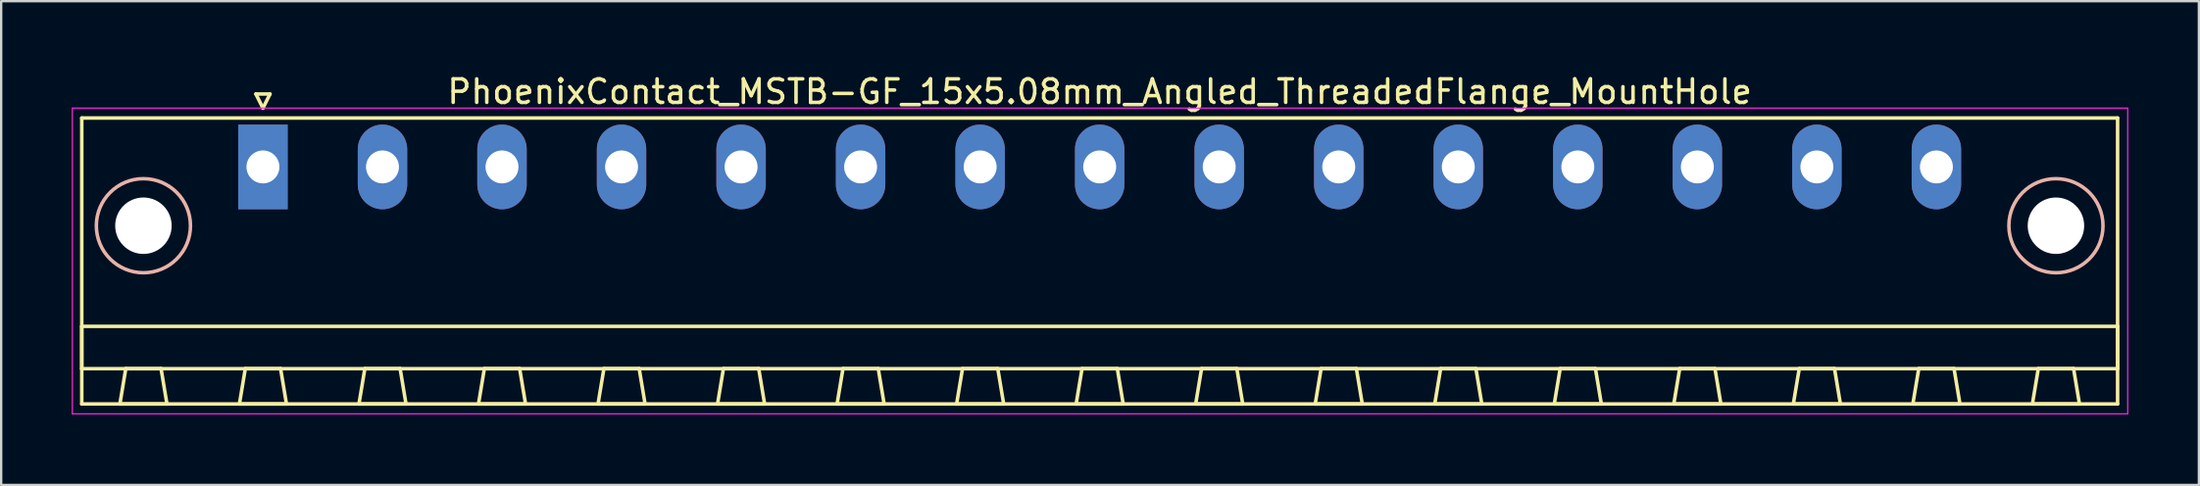
<source format=kicad_pcb>
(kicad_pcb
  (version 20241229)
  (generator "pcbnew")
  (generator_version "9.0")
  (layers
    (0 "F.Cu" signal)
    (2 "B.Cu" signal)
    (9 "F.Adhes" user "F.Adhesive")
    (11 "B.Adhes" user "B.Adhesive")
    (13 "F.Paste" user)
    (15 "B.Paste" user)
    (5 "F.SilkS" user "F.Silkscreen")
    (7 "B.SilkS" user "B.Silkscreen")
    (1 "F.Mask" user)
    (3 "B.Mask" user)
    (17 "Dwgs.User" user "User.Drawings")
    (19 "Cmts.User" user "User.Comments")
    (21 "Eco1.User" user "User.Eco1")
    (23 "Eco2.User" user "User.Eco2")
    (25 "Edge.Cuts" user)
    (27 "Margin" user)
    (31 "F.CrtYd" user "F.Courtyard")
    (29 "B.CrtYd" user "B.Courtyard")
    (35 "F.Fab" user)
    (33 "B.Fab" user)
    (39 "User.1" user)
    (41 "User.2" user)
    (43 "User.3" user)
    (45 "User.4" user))
  (footprint "PhoenixContact_MSTB-GF_15x5.08mm_Angled_ThreadedFlange_MountHole"
    (layer "F.Cu")
    (at 8.125 4.048)
    (property "Reference" "PhoenixContact_MSTB-GF_15x5.08mm_Angled_ThreadedFlange_MountHole" (at 35.56 -3.2 0) (layer "F.SilkS") (effects (font (size 1 1) (thickness 0.15))))
    (attr through_hole)
    (fp_line (start -7.7 -2.08) (end -7.7 10.08) (stroke (width 0.15) (type solid)) (layer "F.SilkS"))
    (fp_line (start -7.7 6.78) (end 78.82 6.78) (stroke (width 0.15) (type solid)) (layer "F.SilkS"))
    (fp_line (start -7.7 8.58) (end -7.7 6.78) (stroke (width 0.15) (type solid)) (layer "F.SilkS"))
    (fp_line (start -7.7 10.08) (end 78.82 10.08) (stroke (width 0.15) (type solid)) (layer "F.SilkS"))
    (fp_line (start -6.08 10.08) (end -4.08 10.08) (stroke (width 0.15) (type solid)) (layer "F.SilkS"))
    (fp_line (start -5.83 8.58) (end -6.08 10.08) (stroke (width 0.15) (type solid)) (layer "F.SilkS"))
    (fp_line (start -4.33 8.58) (end -5.83 8.58) (stroke (width 0.15) (type solid)) (layer "F.SilkS"))
    (fp_line (start -4.08 10.08) (end -4.33 8.58) (stroke (width 0.15) (type solid)) (layer "F.SilkS"))
    (fp_line (start -1 10.08) (end 1 10.08) (stroke (width 0.15) (type solid)) (layer "F.SilkS"))
    (fp_line (start -0.75 8.58) (end -1 10.08) (stroke (width 0.15) (type solid)) (layer "F.SilkS"))
    (fp_line (start -0.3 -3.1) (end 0 -2.5) (stroke (width 0.15) (type solid)) (layer "F.SilkS"))
    (fp_line (start 0 -2.5) (end 0.3 -3.1) (stroke (width 0.15) (type solid)) (layer "F.SilkS"))
    (fp_line (start 0.3 -3.1) (end -0.3 -3.1) (stroke (width 0.15) (type solid)) (layer "F.SilkS"))
    (fp_line (start 0.75 8.58) (end -0.75 8.58) (stroke (width 0.15) (type solid)) (layer "F.SilkS"))
    (fp_line (start 1 10.08) (end 0.75 8.58) (stroke (width 0.15) (type solid)) (layer "F.SilkS"))
    (fp_line (start 4.08 10.08) (end 6.08 10.08) (stroke (width 0.15) (type solid)) (layer "F.SilkS"))
    (fp_line (start 4.33 8.58) (end 4.08 10.08) (stroke (width 0.15) (type solid)) (layer "F.SilkS"))
    (fp_line (start 5.83 8.58) (end 4.33 8.58) (stroke (width 0.15) (type solid)) (layer "F.SilkS"))
    (fp_line (start 6.08 10.08) (end 5.83 8.58) (stroke (width 0.15) (type solid)) (layer "F.SilkS"))
    (fp_line (start 9.16 10.08) (end 11.16 10.08) (stroke (width 0.15) (type solid)) (layer "F.SilkS"))
    (fp_line (start 9.41 8.58) (end 9.16 10.08) (stroke (width 0.15) (type solid)) (layer "F.SilkS"))
    (fp_line (start 10.91 8.58) (end 9.41 8.58) (stroke (width 0.15) (type solid)) (layer "F.SilkS"))
    (fp_line (start 11.16 10.08) (end 10.91 8.58) (stroke (width 0.15) (type solid)) (layer "F.SilkS"))
    (fp_line (start 14.24 10.08) (end 16.24 10.08) (stroke (width 0.15) (type solid)) (layer "F.SilkS"))
    (fp_line (start 14.49 8.58) (end 14.24 10.08) (stroke (width 0.15) (type solid)) (layer "F.SilkS"))
    (fp_line (start 15.99 8.58) (end 14.49 8.58) (stroke (width 0.15) (type solid)) (layer "F.SilkS"))
    (fp_line (start 16.24 10.08) (end 15.99 8.58) (stroke (width 0.15) (type solid)) (layer "F.SilkS"))
    (fp_line (start 19.32 10.08) (end 21.32 10.08) (stroke (width 0.15) (type solid)) (layer "F.SilkS"))
    (fp_line (start 19.57 8.58) (end 19.32 10.08) (stroke (width 0.15) (type solid)) (layer "F.SilkS"))
    (fp_line (start 21.07 8.58) (end 19.57 8.58) (stroke (width 0.15) (type solid)) (layer "F.SilkS"))
    (fp_line (start 21.32 10.08) (end 21.07 8.58) (stroke (width 0.15) (type solid)) (layer "F.SilkS"))
    (fp_line (start 24.4 10.08) (end 26.4 10.08) (stroke (width 0.15) (type solid)) (layer "F.SilkS"))
    (fp_line (start 24.65 8.58) (end 24.4 10.08) (stroke (width 0.15) (type solid)) (layer "F.SilkS"))
    (fp_line (start 26.15 8.58) (end 24.65 8.58) (stroke (width 0.15) (type solid)) (layer "F.SilkS"))
    (fp_line (start 26.4 10.08) (end 26.15 8.58) (stroke (width 0.15) (type solid)) (layer "F.SilkS"))
    (fp_line (start 29.48 10.08) (end 31.48 10.08) (stroke (width 0.15) (type solid)) (layer "F.SilkS"))
    (fp_line (start 29.73 8.58) (end 29.48 10.08) (stroke (width 0.15) (type solid)) (layer "F.SilkS"))
    (fp_line (start 31.23 8.58) (end 29.73 8.58) (stroke (width 0.15) (type solid)) (layer "F.SilkS"))
    (fp_line (start 31.48 10.08) (end 31.23 8.58) (stroke (width 0.15) (type solid)) (layer "F.SilkS"))
    (fp_line (start 34.56 10.08) (end 36.56 10.08) (stroke (width 0.15) (type solid)) (layer "F.SilkS"))
    (fp_line (start 34.81 8.58) (end 34.56 10.08) (stroke (width 0.15) (type solid)) (layer "F.SilkS"))
    (fp_line (start 36.31 8.58) (end 34.81 8.58) (stroke (width 0.15) (type solid)) (layer "F.SilkS"))
    (fp_line (start 36.56 10.08) (end 36.31 8.58) (stroke (width 0.15) (type solid)) (layer "F.SilkS"))
    (fp_line (start 39.64 10.08) (end 41.64 10.08) (stroke (width 0.15) (type solid)) (layer "F.SilkS"))
    (fp_line (start 39.89 8.58) (end 39.64 10.08) (stroke (width 0.15) (type solid)) (layer "F.SilkS"))
    (fp_line (start 41.39 8.58) (end 39.89 8.58) (stroke (width 0.15) (type solid)) (layer "F.SilkS"))
    (fp_line (start 41.64 10.08) (end 41.39 8.58) (stroke (width 0.15) (type solid)) (layer "F.SilkS"))
    (fp_line (start 44.72 10.08) (end 46.72 10.08) (stroke (width 0.15) (type solid)) (layer "F.SilkS"))
    (fp_line (start 44.97 8.58) (end 44.72 10.08) (stroke (width 0.15) (type solid)) (layer "F.SilkS"))
    (fp_line (start 46.47 8.58) (end 44.97 8.58) (stroke (width 0.15) (type solid)) (layer "F.SilkS"))
    (fp_line (start 46.72 10.08) (end 46.47 8.58) (stroke (width 0.15) (type solid)) (layer "F.SilkS"))
    (fp_line (start 49.8 10.08) (end 51.8 10.08) (stroke (width 0.15) (type solid)) (layer "F.SilkS"))
    (fp_line (start 50.05 8.58) (end 49.8 10.08) (stroke (width 0.15) (type solid)) (layer "F.SilkS"))
    (fp_line (start 51.55 8.58) (end 50.05 8.58) (stroke (width 0.15) (type solid)) (layer "F.SilkS"))
    (fp_line (start 51.8 10.08) (end 51.55 8.58) (stroke (width 0.15) (type solid)) (layer "F.SilkS"))
    (fp_line (start 54.88 10.08) (end 56.88 10.08) (stroke (width 0.15) (type solid)) (layer "F.SilkS"))
    (fp_line (start 55.13 8.58) (end 54.88 10.08) (stroke (width 0.15) (type solid)) (layer "F.SilkS"))
    (fp_line (start 56.63 8.58) (end 55.13 8.58) (stroke (width 0.15) (type solid)) (layer "F.SilkS"))
    (fp_line (start 56.88 10.08) (end 56.63 8.58) (stroke (width 0.15) (type solid)) (layer "F.SilkS"))
    (fp_line (start 59.96 10.08) (end 61.96 10.08) (stroke (width 0.15) (type solid)) (layer "F.SilkS"))
    (fp_line (start 60.21 8.58) (end 59.96 10.08) (stroke (width 0.15) (type solid)) (layer "F.SilkS"))
    (fp_line (start 61.71 8.58) (end 60.21 8.58) (stroke (width 0.15) (type solid)) (layer "F.SilkS"))
    (fp_line (start 61.96 10.08) (end 61.71 8.58) (stroke (width 0.15) (type solid)) (layer "F.SilkS"))
    (fp_line (start 65.04 10.08) (end 67.04 10.08) (stroke (width 0.15) (type solid)) (layer "F.SilkS"))
    (fp_line (start 65.29 8.58) (end 65.04 10.08) (stroke (width 0.15) (type solid)) (layer "F.SilkS"))
    (fp_line (start 66.79 8.58) (end 65.29 8.58) (stroke (width 0.15) (type solid)) (layer "F.SilkS"))
    (fp_line (start 67.04 10.08) (end 66.79 8.58) (stroke (width 0.15) (type solid)) (layer "F.SilkS"))
    (fp_line (start 70.12 10.08) (end 72.12 10.08) (stroke (width 0.15) (type solid)) (layer "F.SilkS"))
    (fp_line (start 70.37 8.58) (end 70.12 10.08) (stroke (width 0.15) (type solid)) (layer "F.SilkS"))
    (fp_line (start 71.87 8.58) (end 70.37 8.58) (stroke (width 0.15) (type solid)) (layer "F.SilkS"))
    (fp_line (start 72.12 10.08) (end 71.87 8.58) (stroke (width 0.15) (type solid)) (layer "F.SilkS"))
    (fp_line (start 75.2 10.08) (end 77.2 10.08) (stroke (width 0.15) (type solid)) (layer "F.SilkS"))
    (fp_line (start 75.45 8.58) (end 75.2 10.08) (stroke (width 0.15) (type solid)) (layer "F.SilkS"))
    (fp_line (start 76.95 8.58) (end 75.45 8.58) (stroke (width 0.15) (type solid)) (layer "F.SilkS"))
    (fp_line (start 77.2 10.08) (end 76.95 8.58) (stroke (width 0.15) (type solid)) (layer "F.SilkS"))
    (fp_line (start 78.82 -2.08) (end -7.7 -2.08) (stroke (width 0.15) (type solid)) (layer "F.SilkS"))
    (fp_line (start 78.82 6.78) (end 78.82 8.58) (stroke (width 0.15) (type solid)) (layer "F.SilkS"))
    (fp_line (start 78.82 8.58) (end -7.7 8.58) (stroke (width 0.15) (type solid)) (layer "F.SilkS"))
    (fp_line (start 78.82 10.08) (end 78.82 -2.08) (stroke (width 0.15) (type solid)) (layer "F.SilkS"))
    (fp_circle (center -5.08 2.5) (end -3.08 2.5) (stroke (width 0.15) (type solid)) (fill no) (layer "B.SilkS"))
    (fp_circle (center 76.2 2.5) (end 78.2 2.5) (stroke (width 0.15) (type solid)) (fill no) (layer "B.SilkS"))
    (fp_line (start -8.1 -2.5) (end -8.1 10.5) (stroke (width 0.05) (type solid)) (layer "F.CrtYd"))
    (fp_line (start -8.1 10.5) (end 79.25 10.5) (stroke (width 0.05) (type solid)) (layer "F.CrtYd"))
    (fp_line (start 79.25 -2.5) (end -8.1 -2.5) (stroke (width 0.05) (type solid)) (layer "F.CrtYd"))
    (fp_line (start 79.25 10.5) (end 79.25 -2.5) (stroke (width 0.05) (type solid)) (layer "F.CrtYd"))
    (pad "" np_thru_hole circle (at -5.08 2.5) (size 2.4 2.4) (drill 2.4) (layers "*.Cu" "*.Mask"))
    (pad "" np_thru_hole circle (at 76.2 2.5) (size 2.4 2.4) (drill 2.4) (layers "*.Cu" "*.Mask"))
    (pad "1" thru_hole rect (at 0 0) (size 2.1 3.6) (drill 1.4) (layers "*.Cu" "*.Mask"))
    (pad "2" thru_hole oval (at 5.08 0) (size 2.1 3.6) (drill 1.4) (layers "*.Cu" "*.Mask"))
    (pad "3" thru_hole oval (at 10.16 0) (size 2.1 3.6) (drill 1.4) (layers "*.Cu" "*.Mask"))
    (pad "4" thru_hole oval (at 15.24 0) (size 2.1 3.6) (drill 1.4) (layers "*.Cu" "*.Mask"))
    (pad "5" thru_hole oval (at 20.32 0) (size 2.1 3.6) (drill 1.4) (layers "*.Cu" "*.Mask"))
    (pad "6" thru_hole oval (at 25.4 0) (size 2.1 3.6) (drill 1.4) (layers "*.Cu" "*.Mask"))
    (pad "7" thru_hole oval (at 30.48 0) (size 2.1 3.6) (drill 1.4) (layers "*.Cu" "*.Mask"))
    (pad "8" thru_hole oval (at 35.56 0) (size 2.1 3.6) (drill 1.4) (layers "*.Cu" "*.Mask"))
    (pad "9" thru_hole oval (at 40.64 0) (size 2.1 3.6) (drill 1.4) (layers "*.Cu" "*.Mask"))
    (pad "10" thru_hole oval (at 45.72 0) (size 2.1 3.6) (drill 1.4) (layers "*.Cu" "*.Mask"))
    (pad "11" thru_hole oval (at 50.8 0) (size 2.1 3.6) (drill 1.4) (layers "*.Cu" "*.Mask"))
    (pad "12" thru_hole oval (at 55.88 0) (size 2.1 3.6) (drill 1.4) (layers "*.Cu" "*.Mask"))
    (pad "13" thru_hole oval (at 60.96 0) (size 2.1 3.6) (drill 1.4) (layers "*.Cu" "*.Mask"))
    (pad "14" thru_hole oval (at 66.04 0) (size 2.1 3.6) (drill 1.4) (layers "*.Cu" "*.Mask"))
    (pad "15" thru_hole oval (at 71.12 0) (size 2.1 3.6) (drill 1.4) (layers "*.Cu" "*.Mask")))
  (gr_rect
    (start -3 -3)
    (end 90.4 17.573)
    (stroke (width 0.1) (type default))
    (fill no)
    (layer "Edge.Cuts")))
</source>
